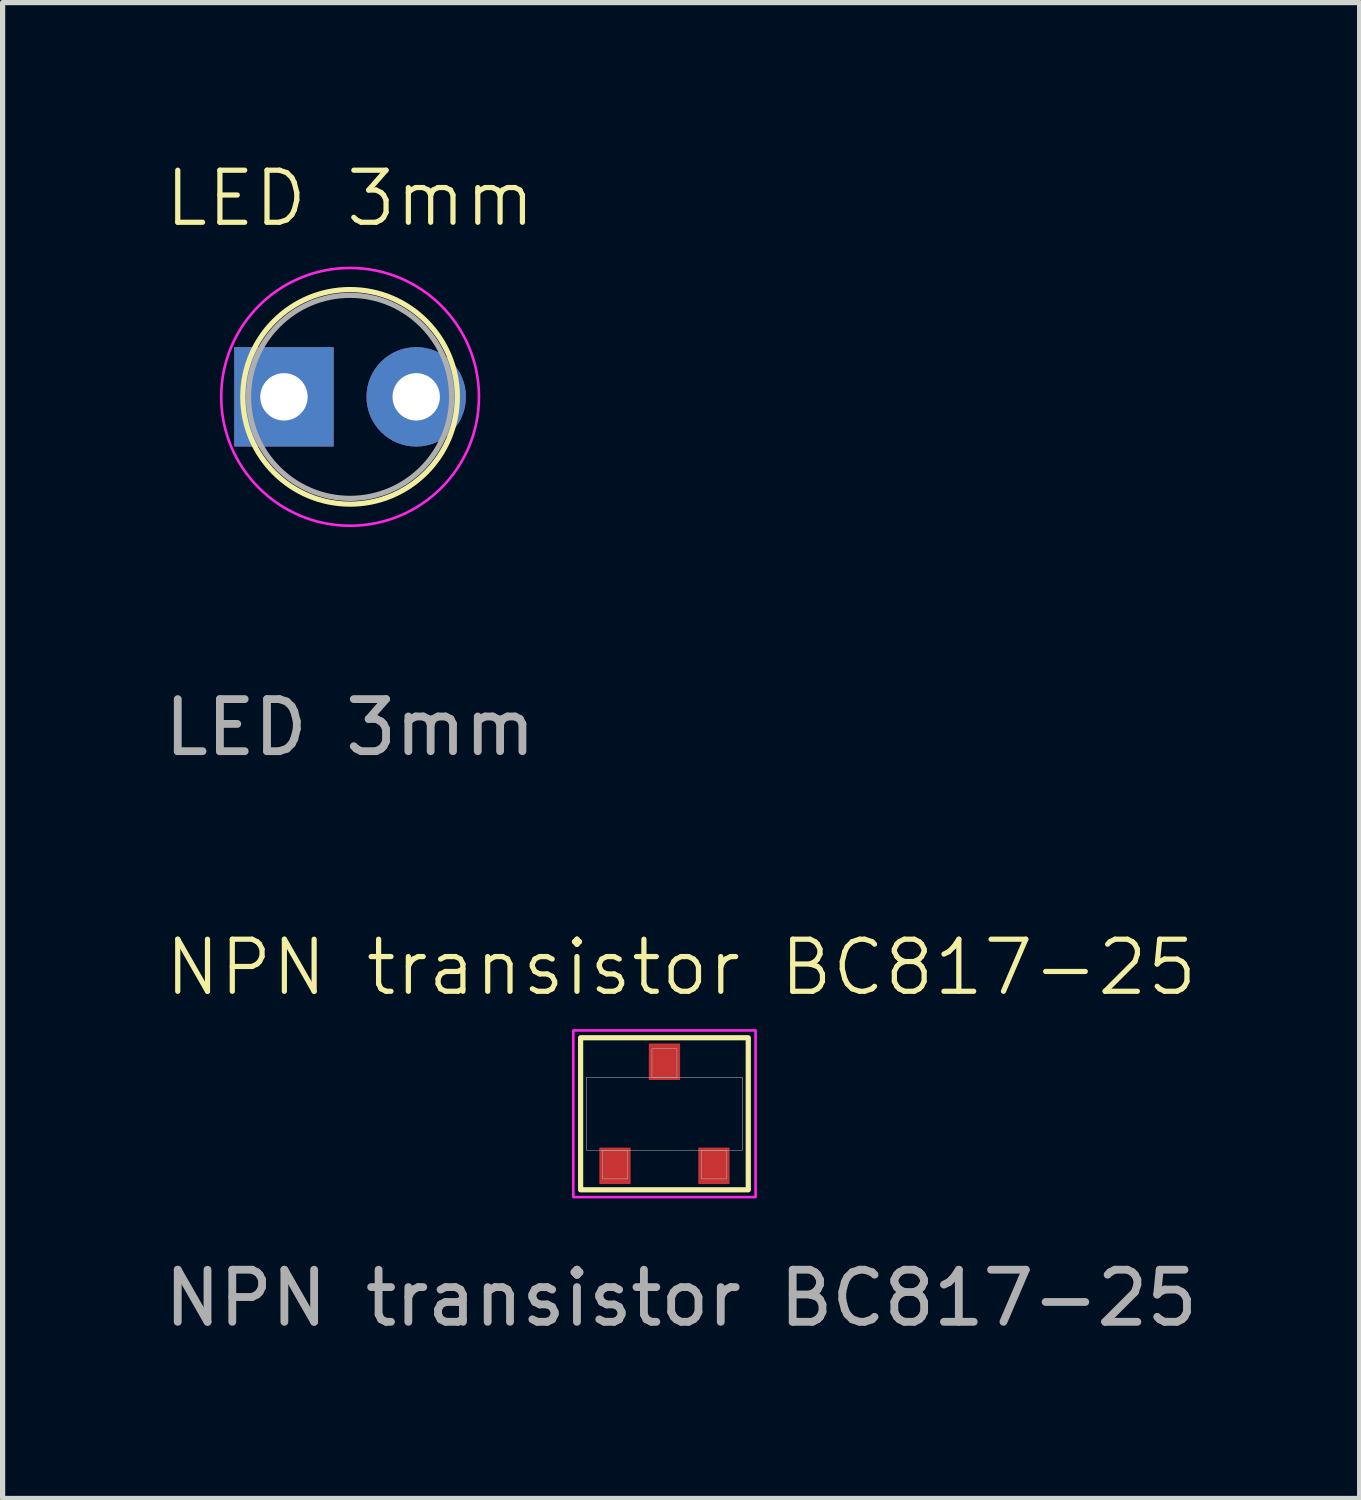
<source format=kicad_pcb>
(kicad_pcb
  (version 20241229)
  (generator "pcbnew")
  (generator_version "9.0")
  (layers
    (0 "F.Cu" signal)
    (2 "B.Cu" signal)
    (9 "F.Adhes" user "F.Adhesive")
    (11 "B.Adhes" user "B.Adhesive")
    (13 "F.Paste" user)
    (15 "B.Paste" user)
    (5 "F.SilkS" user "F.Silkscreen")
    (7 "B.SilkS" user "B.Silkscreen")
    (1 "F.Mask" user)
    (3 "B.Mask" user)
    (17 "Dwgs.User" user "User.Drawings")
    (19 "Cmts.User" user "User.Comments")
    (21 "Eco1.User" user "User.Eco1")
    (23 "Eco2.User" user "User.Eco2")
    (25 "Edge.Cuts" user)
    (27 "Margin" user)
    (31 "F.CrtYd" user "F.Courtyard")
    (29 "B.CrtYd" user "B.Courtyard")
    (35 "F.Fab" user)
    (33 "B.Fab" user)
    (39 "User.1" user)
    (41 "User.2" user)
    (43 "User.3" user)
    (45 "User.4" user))
  (footprint "NPN transistor BC817-25"
    (layer "F.Cu")
    (at 8.76 19.339)
    (property "Reference" "NPN transistor BC817-25" (at 1.27 -3.81 0) (unlocked yes) (layer "F.SilkS") (effects (font (size 1 1) (thickness 0.1))))
    (attr smd)
    (fp_rect (start -0.66 -2.46) (end 2.56 0.46) (stroke (width 0.1) (type solid)) (fill no) (layer "F.SilkS"))
    (fp_rect (start -0.8 -2.6) (end 2.7 0.6) (stroke (width 0.05) (type solid)) (fill no) (layer "F.CrtYd"))
    (fp_rect (start -0.55 -1.7) (end 2.45 -0.3) (stroke (width 0.01) (type solid)) (fill no) (layer "F.Fab"))
    (fp_rect (start -0.24 -0.3) (end 0.24 0.25) (stroke (width 0.01) (type solid)) (fill no) (layer "F.Fab"))
    (fp_rect (start 0.71 -2.25) (end 1.19 -1.7) (stroke (width 0.01) (type solid)) (fill no) (layer "F.Fab"))
    (fp_rect (start 1.66 -0.3) (end 2.14 0.25) (stroke (width 0.01) (type solid)) (fill no) (layer "F.Fab"))
    (fp_text user "${REFERENCE}" (at 1.27 2.54 0) (unlocked yes) (layer "F.Fab") (effects (font (size 1 1) (thickness 0.15))))
    (pad "B" smd rect (at 0 0) (size 0.6 0.7) (layers "F.Cu" "F.Mask" "F.Paste"))
    (pad "C" smd rect (at 0.95 -2) (size 0.6 0.7) (layers "F.Cu" "F.Mask" "F.Paste"))
    (pad "E" smd rect (at 1.9 0) (size 0.6 0.7) (layers "F.Cu" "F.Mask" "F.Paste")))
  (footprint "LED 3mm"
    (layer "F.Cu")
    (at 2.403 4.571)
    (property "Reference" "LED 3mm" (at 1.27 -3.81 0) (unlocked yes) (layer "F.SilkS") (effects (font (size 1 1) (thickness 0.1))))
    (attr through_hole)
    (fp_circle (center 1.27 0) (end 3.33 0) (stroke (width 0.1) (type solid)) (fill no) (layer "F.SilkS"))
    (fp_circle (center 1.27 0) (end 3.745 0) (stroke (width 0.05) (type solid)) (fill no) (layer "F.CrtYd"))
    (fp_circle (center 1.27 0) (end 3.22 0) (stroke (width 0.1) (type solid)) (fill no) (layer "F.Fab"))
    (fp_text user "${REFERENCE}" (at 1.27 6.35 0) (unlocked yes) (layer "F.Fab") (effects (font (size 1 1) (thickness 0.15))))
    (pad "GND" thru_hole circle (at 2.54 0) (size 1.91 1.91) (drill 0.91) (layers "*.Cu" "*.Mask"))
    (pad "Vin" thru_hole rect (at 0 0) (size 1.91 1.91) (drill 0.91) (layers "*.Cu" "*.Mask")))
  (gr_rect
    (start -3 -3)
    (end 23.06 25.727)
    (stroke (width 0.1) (type default))
    (fill no)
    (layer "Edge.Cuts")))
</source>
